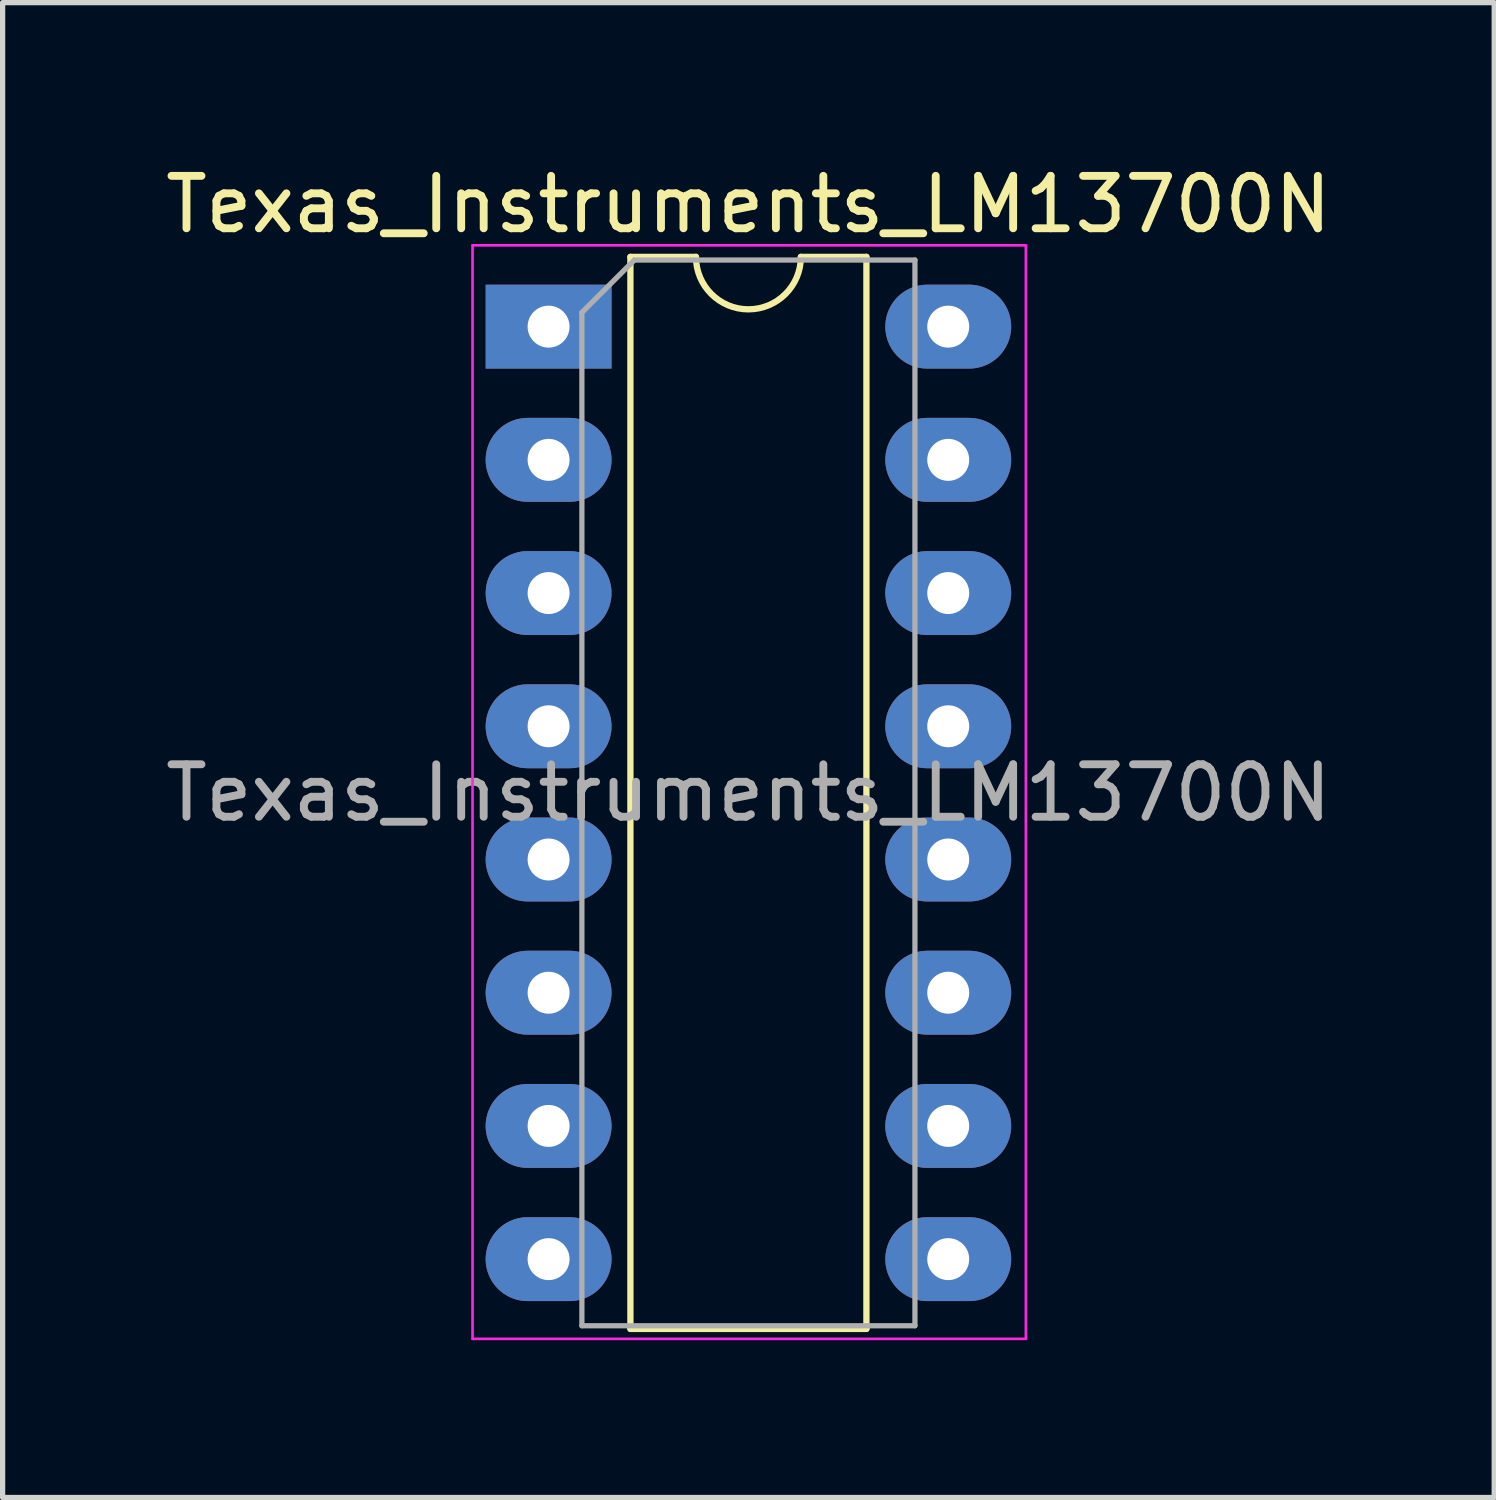
<source format=kicad_pcb>
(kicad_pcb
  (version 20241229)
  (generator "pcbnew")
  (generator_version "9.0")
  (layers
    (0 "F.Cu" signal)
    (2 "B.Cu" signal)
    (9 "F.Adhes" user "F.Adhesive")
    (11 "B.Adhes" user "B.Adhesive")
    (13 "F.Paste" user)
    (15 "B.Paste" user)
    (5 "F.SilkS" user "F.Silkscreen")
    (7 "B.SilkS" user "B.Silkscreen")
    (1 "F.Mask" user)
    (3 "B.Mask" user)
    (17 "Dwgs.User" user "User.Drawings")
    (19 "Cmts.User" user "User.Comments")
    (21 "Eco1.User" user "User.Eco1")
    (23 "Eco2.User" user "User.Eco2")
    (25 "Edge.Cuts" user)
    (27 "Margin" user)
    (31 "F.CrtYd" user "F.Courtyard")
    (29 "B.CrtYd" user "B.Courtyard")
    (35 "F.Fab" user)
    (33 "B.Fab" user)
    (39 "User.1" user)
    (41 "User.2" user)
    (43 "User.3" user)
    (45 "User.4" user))
  (footprint "Texas_Instruments_LM13700N"
    (layer "F.Cu")
    (at 11.22 12.068)
    (property "Reference" "Texas_Instruments_LM13700N" (at 0 -11.22 0) (layer "F.SilkS") (effects (font (size 1 1) (thickness 0.15))))
    (attr through_hole)
    (fp_line (start -2.25 -10.22) (end -2.25 10.22) (stroke (width 0.12) (type solid)) (layer "F.SilkS"))
    (fp_line (start -2.25 10.22) (end 2.25 10.22) (stroke (width 0.12) (type solid)) (layer "F.SilkS"))
    (fp_line (start -1 -10.22) (end -2.25 -10.22) (stroke (width 0.12) (type solid)) (layer "F.SilkS"))
    (fp_line (start 2.25 -10.22) (end 1 -10.22) (stroke (width 0.12) (type solid)) (layer "F.SilkS"))
    (fp_line (start 2.25 10.22) (end 2.25 -10.22) (stroke (width 0.12) (type solid)) (layer "F.SilkS"))
    (fp_arc (start 1 -10.22) (mid 0 -9.22) (end -1 -10.22) (stroke (width 0.12) (type solid)) (layer "F.SilkS"))
    (fp_line (start -5.26 -10.44) (end -5.26 10.41) (stroke (width 0.05) (type solid)) (layer "F.CrtYd"))
    (fp_line (start -5.26 10.41) (end 5.29 10.41) (stroke (width 0.05) (type solid)) (layer "F.CrtYd"))
    (fp_line (start 5.29 -10.44) (end -5.26 -10.44) (stroke (width 0.05) (type solid)) (layer "F.CrtYd"))
    (fp_line (start 5.29 10.41) (end 5.29 -10.44) (stroke (width 0.05) (type solid)) (layer "F.CrtYd"))
    (fp_line (start -3.175 -9.16) (end -2.175 -10.16) (stroke (width 0.1) (type solid)) (layer "F.Fab"))
    (fp_line (start -3.175 10.16) (end -3.175 -9.16) (stroke (width 0.1) (type solid)) (layer "F.Fab"))
    (fp_line (start -2.175 -10.16) (end 3.175 -10.16) (stroke (width 0.1) (type solid)) (layer "F.Fab"))
    (fp_line (start 3.175 -10.16) (end 3.175 10.16) (stroke (width 0.1) (type solid)) (layer "F.Fab"))
    (fp_line (start 3.175 10.16) (end -3.175 10.16) (stroke (width 0.1) (type solid)) (layer "F.Fab"))
    (fp_text user "${REFERENCE}" (at 0 0 0) (layer "F.Fab") (effects (font (size 1 1) (thickness 0.15))))
    (pad "1" thru_hole rect (at -3.81 -8.89) (size 2.4 1.6) (drill 0.8) (layers "*.Cu" "*.Mask"))
    (pad "2" thru_hole oval (at -3.81 -6.35) (size 2.4 1.6) (drill 0.8) (layers "*.Cu" "*.Mask"))
    (pad "3" thru_hole oval (at -3.81 -3.81) (size 2.4 1.6) (drill 0.8) (layers "*.Cu" "*.Mask"))
    (pad "4" thru_hole oval (at -3.81 -1.27) (size 2.4 1.6) (drill 0.8) (layers "*.Cu" "*.Mask"))
    (pad "5" thru_hole oval (at -3.81 1.27) (size 2.4 1.6) (drill 0.8) (layers "*.Cu" "*.Mask"))
    (pad "6" thru_hole oval (at -3.81 3.81) (size 2.4 1.6) (drill 0.8) (layers "*.Cu" "*.Mask"))
    (pad "7" thru_hole oval (at -3.81 6.35) (size 2.4 1.6) (drill 0.8) (layers "*.Cu" "*.Mask"))
    (pad "8" thru_hole oval (at -3.81 8.89) (size 2.4 1.6) (drill 0.8) (layers "*.Cu" "*.Mask"))
    (pad "9" thru_hole oval (at 3.81 8.89) (size 2.4 1.6) (drill 0.8) (layers "*.Cu" "*.Mask"))
    (pad "10" thru_hole oval (at 3.81 6.35) (size 2.4 1.6) (drill 0.8) (layers "*.Cu" "*.Mask"))
    (pad "11" thru_hole oval (at 3.81 3.81) (size 2.4 1.6) (drill 0.8) (layers "*.Cu" "*.Mask"))
    (pad "12" thru_hole oval (at 3.81 1.27) (size 2.4 1.6) (drill 0.8) (layers "*.Cu" "*.Mask"))
    (pad "13" thru_hole oval (at 3.81 -1.27) (size 2.4 1.6) (drill 0.8) (layers "*.Cu" "*.Mask"))
    (pad "14" thru_hole oval (at 3.81 -3.81) (size 2.4 1.6) (drill 0.8) (layers "*.Cu" "*.Mask"))
    (pad "15" thru_hole oval (at 3.81 -6.35) (size 2.4 1.6) (drill 0.8) (layers "*.Cu" "*.Mask"))
    (pad "16" thru_hole oval (at 3.81 -8.89) (size 2.4 1.6) (drill 0.8) (layers "*.Cu" "*.Mask")))
  (gr_rect
    (start -3 -3)
    (end 25.44 25.503)
    (stroke (width 0.1) (type default))
    (fill no)
    (layer "Edge.Cuts")))
</source>
